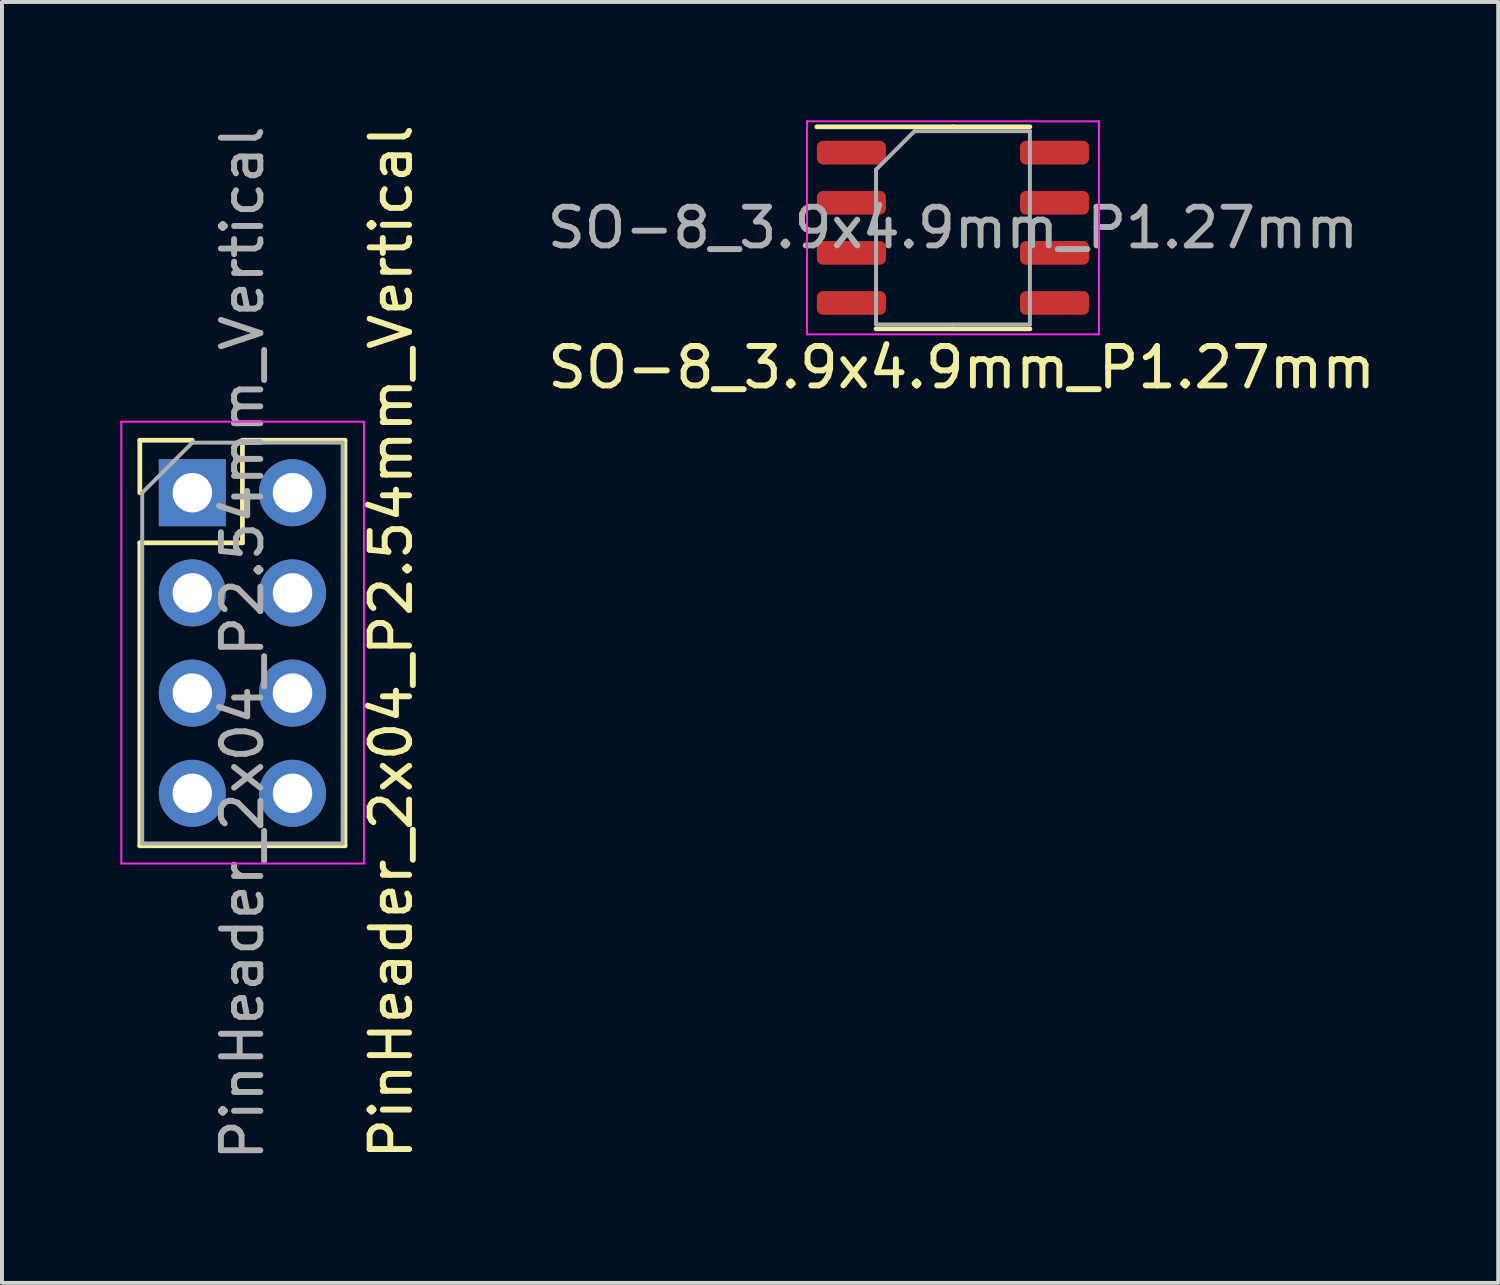
<source format=kicad_pcb>
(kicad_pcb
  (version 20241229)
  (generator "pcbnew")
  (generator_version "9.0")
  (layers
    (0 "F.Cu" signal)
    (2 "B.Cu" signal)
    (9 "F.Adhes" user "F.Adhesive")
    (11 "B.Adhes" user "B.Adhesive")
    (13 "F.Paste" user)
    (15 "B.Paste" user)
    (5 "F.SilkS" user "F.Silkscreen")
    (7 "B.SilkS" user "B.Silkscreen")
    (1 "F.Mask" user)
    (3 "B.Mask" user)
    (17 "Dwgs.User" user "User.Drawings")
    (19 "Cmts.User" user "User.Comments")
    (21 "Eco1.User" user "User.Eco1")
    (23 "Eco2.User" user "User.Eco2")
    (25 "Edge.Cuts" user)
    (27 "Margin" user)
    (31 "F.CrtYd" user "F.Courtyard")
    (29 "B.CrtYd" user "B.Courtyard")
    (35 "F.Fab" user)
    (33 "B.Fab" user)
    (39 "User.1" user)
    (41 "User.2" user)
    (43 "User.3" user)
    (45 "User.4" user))
  (footprint "SO-8_3.9x4.9mm_P1.27mm"
    (layer "F.Cu")
    (at 21.107 2.725)
    (property "Reference" "SO-8_3.9x4.9mm_P1.27mm" (at 0.22 3.54 0) (layer "F.SilkS") (effects (font (size 1 1) (thickness 0.15))))
    (attr smd)
    (fp_line (start 0 -2.56) (end -3.45 -2.56) (stroke (width 0.12) (type solid)) (layer "F.SilkS"))
    (fp_line (start 0 -2.56) (end 1.95 -2.56) (stroke (width 0.12) (type solid)) (layer "F.SilkS"))
    (fp_line (start 0 2.56) (end -1.95 2.56) (stroke (width 0.12) (type solid)) (layer "F.SilkS"))
    (fp_line (start 0 2.56) (end 1.95 2.56) (stroke (width 0.12) (type solid)) (layer "F.SilkS"))
    (fp_line (start -3.7 -2.7) (end -3.7 2.7) (stroke (width 0.05) (type solid)) (layer "F.CrtYd"))
    (fp_line (start -3.7 2.7) (end 3.7 2.7) (stroke (width 0.05) (type solid)) (layer "F.CrtYd"))
    (fp_line (start 3.7 -2.7) (end -3.7 -2.7) (stroke (width 0.05) (type solid)) (layer "F.CrtYd"))
    (fp_line (start 3.7 2.7) (end 3.7 -2.7) (stroke (width 0.05) (type solid)) (layer "F.CrtYd"))
    (fp_line (start -1.95 -1.475) (end -0.975 -2.45) (stroke (width 0.1) (type solid)) (layer "F.Fab"))
    (fp_line (start -1.95 2.45) (end -1.95 -1.475) (stroke (width 0.1) (type solid)) (layer "F.Fab"))
    (fp_line (start -0.975 -2.45) (end 1.95 -2.45) (stroke (width 0.1) (type solid)) (layer "F.Fab"))
    (fp_line (start 1.95 -2.45) (end 1.95 2.45) (stroke (width 0.1) (type solid)) (layer "F.Fab"))
    (fp_line (start 1.95 2.45) (end -1.95 2.45) (stroke (width 0.1) (type solid)) (layer "F.Fab"))
    (fp_text user "${REFERENCE}" (at 0 0 0) (layer "F.Fab") (effects (font (size 0.98 0.98) (thickness 0.15))))
    (pad "1" smd roundrect (at -2.575 -1.905) (size 1.75 0.6) (layers "F.Cu" "F.Mask" "F.Paste") (roundrect_rratio 0.25))
    (pad "2" smd roundrect (at -2.575 -0.635) (size 1.75 0.6) (layers "F.Cu" "F.Mask" "F.Paste") (roundrect_rratio 0.25))
    (pad "3" smd roundrect (at -2.575 0.635) (size 1.75 0.6) (layers "F.Cu" "F.Mask" "F.Paste") (roundrect_rratio 0.25))
    (pad "4" smd roundrect (at -2.575 1.905) (size 1.75 0.6) (layers "F.Cu" "F.Mask" "F.Paste") (roundrect_rratio 0.25))
    (pad "5" smd roundrect (at 2.575 1.905) (size 1.75 0.6) (layers "F.Cu" "F.Mask" "F.Paste") (roundrect_rratio 0.25))
    (pad "6" smd roundrect (at 2.575 0.635) (size 1.75 0.6) (layers "F.Cu" "F.Mask" "F.Paste") (roundrect_rratio 0.25))
    (pad "7" smd roundrect (at 2.575 -0.635) (size 1.75 0.6) (layers "F.Cu" "F.Mask" "F.Paste") (roundrect_rratio 0.25))
    (pad "8" smd roundrect (at 2.575 -1.905) (size 1.75 0.6) (layers "F.Cu" "F.Mask" "F.Paste") (roundrect_rratio 0.25)))
  (footprint "PinHeader_2x04_P2.54mm_Vertical"
    (layer "F.Cu")
    (at 1.825 9.44)
    (property "Reference" "PinHeader_2x04_P2.54mm_Vertical" (at 5.04 3.78 270) (layer "F.SilkS") (effects (font (size 1 1) (thickness 0.15))))
    (attr through_hole)
    (fp_line (start -1.33 -1.33) (end 0 -1.33) (stroke (width 0.12) (type solid)) (layer "F.SilkS"))
    (fp_line (start -1.33 0) (end -1.33 -1.33) (stroke (width 0.12) (type solid)) (layer "F.SilkS"))
    (fp_line (start -1.33 1.27) (end -1.33 8.95) (stroke (width 0.12) (type solid)) (layer "F.SilkS"))
    (fp_line (start -1.33 1.27) (end 1.27 1.27) (stroke (width 0.12) (type solid)) (layer "F.SilkS"))
    (fp_line (start -1.33 8.95) (end 3.87 8.95) (stroke (width 0.12) (type solid)) (layer "F.SilkS"))
    (fp_line (start 1.27 -1.33) (end 3.87 -1.33) (stroke (width 0.12) (type solid)) (layer "F.SilkS"))
    (fp_line (start 1.27 1.27) (end 1.27 -1.33) (stroke (width 0.12) (type solid)) (layer "F.SilkS"))
    (fp_line (start 3.87 -1.33) (end 3.87 8.95) (stroke (width 0.12) (type solid)) (layer "F.SilkS"))
    (fp_line (start -1.8 -1.8) (end -1.8 9.4) (stroke (width 0.05) (type solid)) (layer "F.CrtYd"))
    (fp_line (start -1.8 9.4) (end 4.35 9.4) (stroke (width 0.05) (type solid)) (layer "F.CrtYd"))
    (fp_line (start 4.35 -1.8) (end -1.8 -1.8) (stroke (width 0.05) (type solid)) (layer "F.CrtYd"))
    (fp_line (start 4.35 9.4) (end 4.35 -1.8) (stroke (width 0.05) (type solid)) (layer "F.CrtYd"))
    (fp_line (start -1.27 0) (end 0 -1.27) (stroke (width 0.1) (type solid)) (layer "F.Fab"))
    (fp_line (start -1.27 8.89) (end -1.27 0) (stroke (width 0.1) (type solid)) (layer "F.Fab"))
    (fp_line (start 0 -1.27) (end 3.81 -1.27) (stroke (width 0.1) (type solid)) (layer "F.Fab"))
    (fp_line (start 3.81 -1.27) (end 3.81 8.89) (stroke (width 0.1) (type solid)) (layer "F.Fab"))
    (fp_line (start 3.81 8.89) (end -1.27 8.89) (stroke (width 0.1) (type solid)) (layer "F.Fab"))
    (fp_text user "${REFERENCE}" (at 1.27 3.81 270) (layer "F.Fab") (effects (font (size 1 1) (thickness 0.15))))
    (pad "1" thru_hole rect (at 0 0) (size 1.7 1.7) (drill 1) (layers "*.Cu" "*.Mask"))
    (pad "2" thru_hole oval (at 2.54 0) (size 1.7 1.7) (drill 1) (layers "*.Cu" "*.Mask"))
    (pad "3" thru_hole oval (at 0 2.54) (size 1.7 1.7) (drill 1) (layers "*.Cu" "*.Mask"))
    (pad "4" thru_hole oval (at 2.54 2.54) (size 1.7 1.7) (drill 1) (layers "*.Cu" "*.Mask"))
    (pad "5" thru_hole oval (at 0 5.08) (size 1.7 1.7) (drill 1) (layers "*.Cu" "*.Mask"))
    (pad "6" thru_hole oval (at 2.54 5.08) (size 1.7 1.7) (drill 1) (layers "*.Cu" "*.Mask"))
    (pad "7" thru_hole oval (at 0 7.62) (size 1.7 1.7) (drill 1) (layers "*.Cu" "*.Mask"))
    (pad "8" thru_hole oval (at 2.54 7.62) (size 1.7 1.7) (drill 1) (layers "*.Cu" "*.Mask")))
  (gr_rect
    (start -3 -3)
    (end 34.928 29.47)
    (stroke (width 0.1) (type default))
    (fill no)
    (layer "Edge.Cuts")))
</source>
